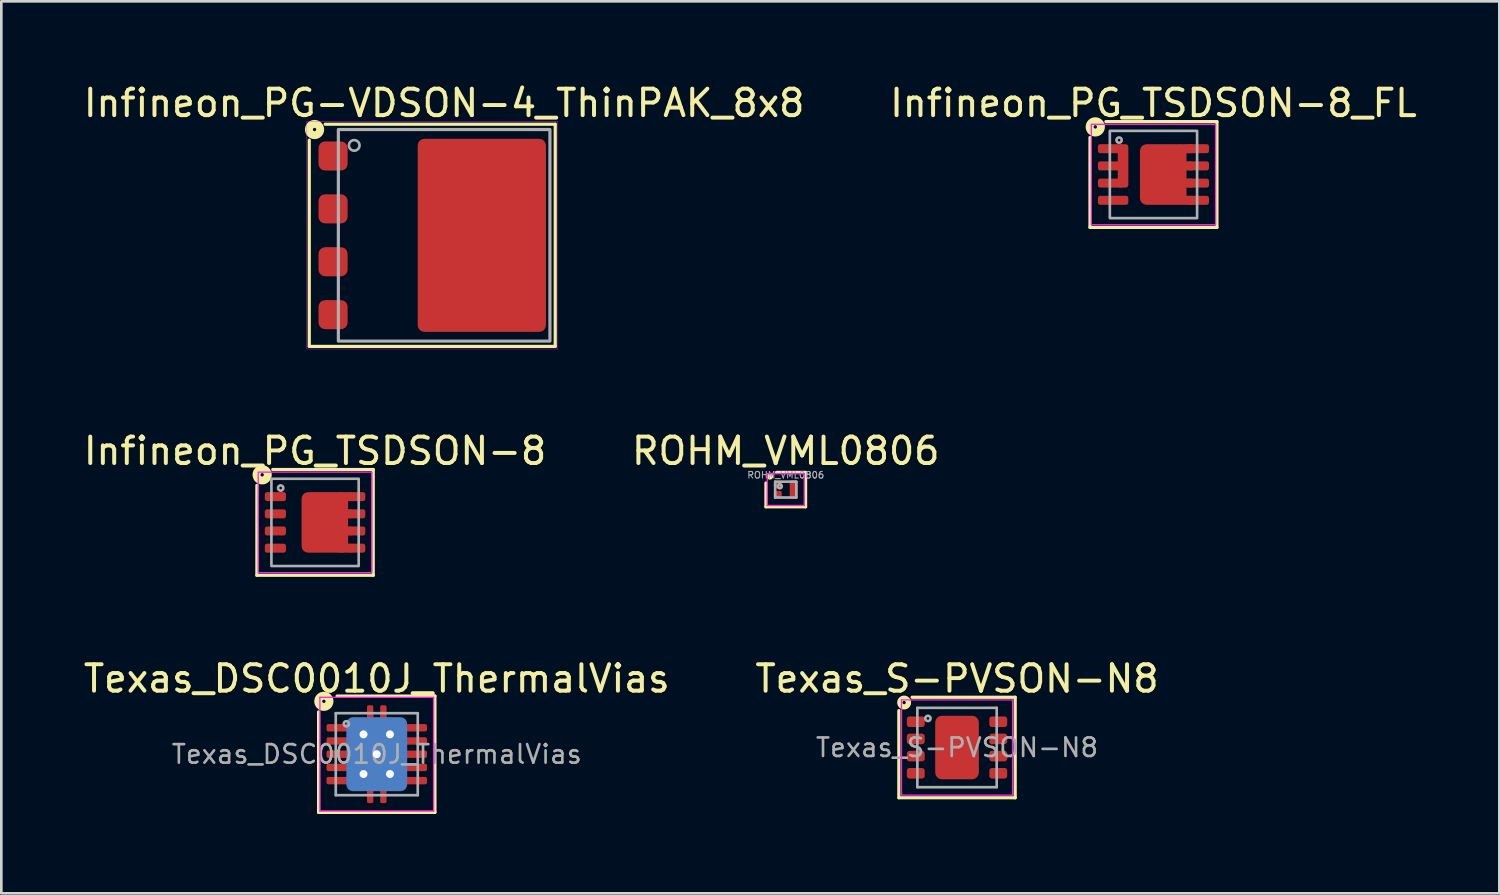
<source format=kicad_pcb>
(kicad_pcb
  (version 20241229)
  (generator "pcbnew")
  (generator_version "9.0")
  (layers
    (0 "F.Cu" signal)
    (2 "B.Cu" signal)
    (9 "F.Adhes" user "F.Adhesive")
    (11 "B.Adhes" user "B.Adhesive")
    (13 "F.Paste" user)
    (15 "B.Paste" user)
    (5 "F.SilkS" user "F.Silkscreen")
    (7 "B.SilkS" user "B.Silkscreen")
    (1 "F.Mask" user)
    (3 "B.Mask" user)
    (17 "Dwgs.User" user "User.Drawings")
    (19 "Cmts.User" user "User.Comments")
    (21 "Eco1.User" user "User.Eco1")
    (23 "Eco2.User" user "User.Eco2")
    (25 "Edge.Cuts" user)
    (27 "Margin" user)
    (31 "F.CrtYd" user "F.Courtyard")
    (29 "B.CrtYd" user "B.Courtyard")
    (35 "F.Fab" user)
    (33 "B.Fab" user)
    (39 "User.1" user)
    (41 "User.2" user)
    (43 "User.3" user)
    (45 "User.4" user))
  (footprint "Infineon_PG_TSDSON-8_FL"
    (layer "F.Cu")
    (at 40.565 3.548)
    (property "Reference" "Infineon_PG_TSDSON-8_FL" (at 0 -2.7 0) (unlocked yes) (layer "F.SilkS") (effects (font (size 1 1) (thickness 0.15))))
    (fp_line (start -2.4 -1.4) (end -2.4 2) (stroke (width 0.12) (type solid)) (layer "F.SilkS"))
    (fp_line (start -2.4 2) (end 2.4 2) (stroke (width 0.12) (type solid)) (layer "F.SilkS"))
    (fp_line (start 2.4 -2) (end -1.8 -2) (stroke (width 0.12) (type solid)) (layer "F.SilkS"))
    (fp_line (start 2.4 2) (end 2.4 -2) (stroke (width 0.12) (type solid)) (layer "F.SilkS"))
    (fp_circle (center -2.2 -1.8) (end -2.2 -1.736) (stroke (width 0.3) (type solid)) (fill no) (layer "F.SilkS"))
    (fp_rect (start -2.35 -1.9) (end 2.35 1.9) (stroke (width 0.05) (type solid)) (fill no) (layer "F.CrtYd"))
    (fp_rect (start -1.65 -1.65) (end 1.65 1.65) (stroke (width 0.1) (type solid)) (fill no) (layer "F.Fab"))
    (fp_circle (center -1.3 -1.3) (end -1.2 -1.3) (stroke (width 0.1) (type solid)) (fill no) (layer "F.Fab"))
    (pad "" smd roundrect (at -0.05 -0.525) (size 0.6 0.8) (layers "F.Paste") (roundrect_rratio 0.25))
    (pad "" smd roundrect (at -0.05 0.475) (size 0.6 0.8) (layers "F.Paste") (roundrect_rratio 0.25))
    (pad "" smd roundrect (at 0.75 -0.525) (size 0.6 0.8) (layers "F.Paste") (roundrect_rratio 0.25))
    (pad "" smd roundrect (at 0.75 0.475) (size 0.6 0.8) (layers "F.Paste") (roundrect_rratio 0.25))
    (pad "1" smd roundrect (at -1.825 -0.975) (size 0.55 0.34) (layers "F.Cu" "F.Mask" "F.Paste") (roundrect_rratio 0.25))
    (pad "1" smd roundrect (at -1.825 -0.325) (size 0.55 0.34) (layers "F.Cu" "F.Mask" "F.Paste") (roundrect_rratio 0.25))
    (pad "1" smd roundrect (at -1.825 0.325) (size 0.55 0.34) (layers "F.Cu" "F.Mask" "F.Paste") (roundrect_rratio 0.25))
    (pad "1" smd roundrect (at -1.425 -0.975) (size 0.55 0.34) (layers "F.Cu" "F.Mask") (roundrect_rratio 0.25))
    (pad "1" smd roundrect (at -1.425 -0.325) (size 0.55 0.34) (layers "F.Cu" "F.Mask") (roundrect_rratio 0.25))
    (pad "1" smd roundrect (at -1.425 0.325) (size 0.55 0.34) (layers "F.Cu" "F.Mask") (roundrect_rratio 0.25))
    (pad "1" smd roundrect (at -1.15 -0.325) (size 0.4 1.64) (layers "F.Cu" "F.Mask" "F.Paste") (roundrect_rratio 0.25))
    (pad "2" smd roundrect (at -1.525 0.975) (size 1.15 0.34) (layers "F.Cu" "F.Mask" "F.Paste") (roundrect_rratio 0.25))
    (pad "3" smd roundrect (at 0.37 0) (size 1.76 2.29) (layers "F.Cu" "F.Mask") (roundrect_rratio 0.142))
    (pad "3" smd roundrect (at 1.225 -0.975) (size 0.55 0.34) (layers "F.Cu" "F.Mask") (roundrect_rratio 0.25))
    (pad "3" smd roundrect (at 1.25 -0.325) (size 0.55 0.34) (layers "F.Cu" "F.Mask") (roundrect_rratio 0.25))
    (pad "3" smd roundrect (at 1.25 0.325) (size 0.55 0.34) (layers "F.Cu" "F.Mask") (roundrect_rratio 0.25))
    (pad "3" smd roundrect (at 1.25 0.975) (size 0.55 0.34) (layers "F.Cu" "F.Mask") (roundrect_rratio 0.25))
    (pad "3" smd roundrect (at 1.675 -0.975) (size 0.85 0.34) (layers "F.Cu" "F.Mask" "F.Paste") (roundrect_rratio 0.25))
    (pad "3" smd roundrect (at 1.675 -0.325) (size 0.85 0.34) (layers "F.Cu" "F.Mask" "F.Paste") (roundrect_rratio 0.25))
    (pad "3" smd roundrect (at 1.675 0.325) (size 0.85 0.34) (layers "F.Cu" "F.Mask" "F.Paste") (roundrect_rratio 0.25))
    (pad "3" smd roundrect (at 1.675 0.975) (size 0.85 0.34) (layers "F.Cu" "F.Mask" "F.Paste") (roundrect_rratio 0.25)))
  (footprint "Texas_DSC0010J_ThermalVias"
    (layer "F.Cu")
    (at 11.196 25.468)
    (property "Reference" "Texas_DSC0010J_ThermalVias" (at 0 -2.857 0) (layer "F.SilkS") (effects (font (size 1 1) (thickness 0.15))))
    (attr smd)
    (fp_line (start -2.2 2.2) (end -2.2 -1.6) (stroke (width 0.12) (type solid)) (layer "F.SilkS"))
    (fp_line (start -1.5 -2.2) (end 2.2 -2.2) (stroke (width 0.12) (type solid)) (layer "F.SilkS"))
    (fp_line (start 2.2 -2.2) (end 2.2 2.2) (stroke (width 0.12) (type solid)) (layer "F.SilkS"))
    (fp_line (start 2.2 2.2) (end -2.2 2.2) (stroke (width 0.12) (type solid)) (layer "F.SilkS"))
    (fp_circle (center -2 -2) (end -1.937 -2) (stroke (width 0.3) (type solid)) (fill no) (layer "F.SilkS"))
    (fp_line (start -2.15 -2.15) (end -2.15 2.15) (stroke (width 0.05) (type solid)) (layer "F.CrtYd"))
    (fp_line (start -2.15 -2.15) (end 2.15 -2.15) (stroke (width 0.05) (type solid)) (layer "F.CrtYd"))
    (fp_line (start -2.15 2.15) (end 2.15 2.15) (stroke (width 0.05) (type solid)) (layer "F.CrtYd"))
    (fp_line (start 2.15 -2.15) (end 2.15 2.15) (stroke (width 0.05) (type solid)) (layer "F.CrtYd"))
    (fp_line (start -1.55 -1.55) (end 1.55 -1.55) (stroke (width 0.1) (type solid)) (layer "F.Fab"))
    (fp_line (start -1.55 1.55) (end -1.55 -1.55) (stroke (width 0.1) (type solid)) (layer "F.Fab"))
    (fp_line (start 1.55 -1.55) (end 1.55 1.55) (stroke (width 0.1) (type solid)) (layer "F.Fab"))
    (fp_line (start 1.55 1.55) (end -1.55 1.55) (stroke (width 0.1) (type solid)) (layer "F.Fab"))
    (fp_circle (center -1.15 -1.15) (end -1.05 -1.15) (stroke (width 0.1) (type solid)) (fill no) (layer "F.Fab"))
    (fp_text user "${REFERENCE}" (at 0 0 0) (layer "F.Fab") (effects (font (size 0.7 0.7) (thickness 0.1))))
    (pad "" smd roundrect (at 0 -0.6) (size 1.5 1) (layers "F.Paste") (roundrect_rratio 0.1))
    (pad "" smd roundrect (at 0 0.6) (size 1.5 1) (layers "F.Paste") (roundrect_rratio 0.1))
    (pad "1" smd roundrect (at -1.475 -1) (size 0.85 0.28) (layers "F.Cu" "F.Mask" "F.Paste") (roundrect_rratio 0.25))
    (pad "2" smd roundrect (at -1.475 -0.5) (size 0.85 0.28) (layers "F.Cu" "F.Mask" "F.Paste") (roundrect_rratio 0.25))
    (pad "3" smd roundrect (at -1.475 0) (size 0.85 0.28) (layers "F.Cu" "F.Mask" "F.Paste") (roundrect_rratio 0.25))
    (pad "4" smd roundrect (at -1.475 0.5) (size 0.85 0.28) (layers "F.Cu" "F.Mask" "F.Paste") (roundrect_rratio 0.25))
    (pad "5" smd roundrect (at -1.475 1) (size 0.85 0.28) (layers "F.Cu" "F.Mask" "F.Paste") (roundrect_rratio 0.25))
    (pad "6" smd roundrect (at 1.475 1) (size 0.85 0.28) (layers "F.Cu" "F.Mask" "F.Paste") (roundrect_rratio 0.25))
    (pad "7" smd roundrect (at 1.475 0.5) (size 0.85 0.28) (layers "F.Cu" "F.Mask" "F.Paste") (roundrect_rratio 0.25))
    (pad "8" smd roundrect (at 1.475 0) (size 0.85 0.28) (layers "F.Cu" "F.Mask" "F.Paste") (roundrect_rratio 0.25))
    (pad "9" smd roundrect (at 1.475 -0.5) (size 0.85 0.28) (layers "F.Cu" "F.Mask" "F.Paste") (roundrect_rratio 0.25))
    (pad "10" smd roundrect (at 1.475 -1) (size 0.85 0.28) (layers "F.Cu" "F.Mask" "F.Paste") (roundrect_rratio 0.25))
    (pad "11" thru_hole circle (at -0.5 -0.75) (size 0.6 0.6) (drill 0.3) (property pad_prop_heatsink) (layers "*.Cu" "*.Mask"))
    (pad "11" thru_hole circle (at -0.5 0.75) (size 0.6 0.6) (drill 0.3) (property pad_prop_heatsink) (layers "*.Cu" "*.Mask"))
    (pad "11" smd roundrect (at -0.25 -1.55 90) (size 0.6 0.24) (layers "F.Cu" "F.Mask" "F.Paste") (roundrect_rratio 0.25))
    (pad "11" smd rect (at -0.25 -1.24 90) (size 0.5 0.24) (layers "F.Cu" "F.Mask"))
    (pad "11" smd rect (at -0.25 1.18 90) (size 0.5 0.24) (layers "F.Cu" "F.Mask"))
    (pad "11" smd roundrect (at -0.25 1.55 90) (size 0.6 0.24) (layers "F.Cu" "F.Mask" "F.Paste") (roundrect_rratio 0.25))
    (pad "11" thru_hole circle (at 0 0) (size 0.6 0.6) (drill 0.3) (property pad_prop_heatsink) (layers "*.Cu" "*.Mask"))
    (pad "11" smd roundrect (at 0 0) (size 1.65 2.4) (layers "F.Cu" "F.Mask") (roundrect_rratio 0.152))
    (pad "11" smd roundrect (at 0 0) (size 2.3 2.8) (layers "B.Cu" "B.Mask") (roundrect_rratio 0.109))
    (pad "11" smd roundrect (at 0.25 -1.55 90) (size 0.6 0.24) (layers "F.Cu" "F.Mask" "F.Paste") (roundrect_rratio 0.25))
    (pad "11" smd rect (at 0.25 -1.22 90) (size 0.5 0.24) (layers "F.Cu" "F.Mask"))
    (pad "11" smd rect (at 0.25 1.16 90) (size 0.5 0.24) (layers "F.Cu" "F.Mask"))
    (pad "11" smd roundrect (at 0.25 1.55 90) (size 0.6 0.24) (layers "F.Cu" "F.Mask" "F.Paste") (roundrect_rratio 0.25))
    (pad "11" thru_hole circle (at 0.5 -0.75) (size 0.6 0.6) (drill 0.3) (property pad_prop_heatsink) (layers "*.Cu" "*.Mask"))
    (pad "11" thru_hole circle (at 0.5 0.75) (size 0.6 0.6) (drill 0.3) (property pad_prop_heatsink) (layers "*.Cu" "*.Mask")))
  (footprint "Infineon_PG-VDSON-4_ThinPAK_8x8"
    (layer "F.Cu")
    (at 13.744 5.848)
    (property "Reference" "Infineon_PG-VDSON-4_ThinPAK_8x8" (at 0 -5 0) (unlocked yes) (layer "F.SilkS") (effects (font (size 1 1) (thickness 0.15))))
    (fp_line (start -5.1 -3.6) (end -5.1 4.2) (stroke (width 0.12) (type solid)) (layer "F.SilkS"))
    (fp_line (start -5.1 4.2) (end 4.2 4.2) (stroke (width 0.12) (type solid)) (layer "F.SilkS"))
    (fp_line (start 4.2 -4.2) (end -4.5 -4.2) (stroke (width 0.12) (type solid)) (layer "F.SilkS"))
    (fp_line (start 4.2 4.2) (end 4.2 -4.2) (stroke (width 0.12) (type solid)) (layer "F.SilkS"))
    (fp_circle (center -4.9 -4) (end -4.837 -4) (stroke (width 0.3) (type solid)) (fill no) (layer "F.SilkS"))
    (fp_rect (start -5.2 -4.3) (end 4.3 4.3) (stroke (width 0.013) (type solid)) (fill no) (layer "F.CrtYd"))
    (fp_rect (start -4 -4) (end 4 4) (stroke (width 0.12) (type solid)) (fill no) (layer "F.Fab"))
    (fp_circle (center -3.4 -3.4) (end -3.2 -3.4) (stroke (width 0.1) (type solid)) (fill no) (layer "F.Fab"))
    (pad "" smd roundrect (at -0.2 -2.7) (size 1.2 1.4) (layers "F.Paste") (roundrect_rratio 0.25))
    (pad "" smd roundrect (at -0.2 -0.9) (size 1.2 1.4) (layers "F.Paste") (roundrect_rratio 0.25))
    (pad "" smd roundrect (at -0.2 0.9) (size 1.2 1.4) (layers "F.Paste") (roundrect_rratio 0.25))
    (pad "" smd roundrect (at -0.2 2.7) (size 1.2 1.4) (layers "F.Paste") (roundrect_rratio 0.25))
    (pad "" smd roundrect (at 1.4 -2.7) (size 1.2 1.4) (layers "F.Paste") (roundrect_rratio 0.25))
    (pad "" smd roundrect (at 1.4 -0.9) (size 1.2 1.4) (layers "F.Paste") (roundrect_rratio 0.25))
    (pad "" smd roundrect (at 1.4 0.9) (size 1.2 1.4) (layers "F.Paste") (roundrect_rratio 0.25))
    (pad "" smd roundrect (at 1.4 2.7) (size 1.2 1.4) (layers "F.Paste") (roundrect_rratio 0.25))
    (pad "" smd roundrect (at 3 -2.7) (size 1.2 1.4) (layers "F.Paste") (roundrect_rratio 0.25))
    (pad "" smd roundrect (at 3 -0.9) (size 1.2 1.4) (layers "F.Paste") (roundrect_rratio 0.25))
    (pad "" smd roundrect (at 3 0.9) (size 1.2 1.4) (layers "F.Paste") (roundrect_rratio 0.25))
    (pad "" smd roundrect (at 3 2.7) (size 1.2 1.4) (layers "F.Paste") (roundrect_rratio 0.25))
    (pad "1" smd roundrect (at -4.2 -3) (size 1.1 1.1) (layers "F.Cu" "F.Mask" "F.Paste") (roundrect_rratio 0.227))
    (pad "2" smd roundrect (at -4.2 -1) (size 1.1 1.1) (layers "F.Cu" "F.Mask" "F.Paste") (roundrect_rratio 0.227))
    (pad "3" smd roundrect (at -4.2 1) (size 1.1 1.1) (layers "F.Cu" "F.Mask" "F.Paste") (roundrect_rratio 0.227))
    (pad "4" smd roundrect (at -4.2 3) (size 1.1 1.1) (layers "F.Cu" "F.Mask" "F.Paste") (roundrect_rratio 0.227))
    (pad "5" smd roundrect (at 1.425 0) (size 4.85 7.3) (layers "F.Cu" "F.Mask") (roundrect_rratio 0.052)))
  (footprint "Infineon_PG_TSDSON-8"
    (layer "F.Cu")
    (at 8.863 16.703)
    (property "Reference" "Infineon_PG_TSDSON-8" (at 0 -2.7 0) (unlocked yes) (layer "F.SilkS") (effects (font (size 1 1) (thickness 0.15))))
    (fp_line (start -2.2 -1.4) (end -2.2 2) (stroke (width 0.12) (type solid)) (layer "F.SilkS"))
    (fp_line (start -2.2 2) (end 2.2 2) (stroke (width 0.12) (type solid)) (layer "F.SilkS"))
    (fp_line (start 2.2 -2) (end -1.6 -2) (stroke (width 0.12) (type solid)) (layer "F.SilkS"))
    (fp_line (start 2.2 2) (end 2.2 -2) (stroke (width 0.12) (type solid)) (layer "F.SilkS"))
    (fp_circle (center -2 -1.8) (end -2 -1.736) (stroke (width 0.3) (type solid)) (fill no) (layer "F.SilkS"))
    (fp_rect (start -2.15 -1.9) (end 2.15 1.9) (stroke (width 0.05) (type solid)) (fill no) (layer "F.CrtYd"))
    (fp_rect (start -1.65 -1.65) (end 1.65 1.65) (stroke (width 0.1) (type solid)) (fill no) (layer "F.Fab"))
    (fp_circle (center -1.3 -1.3) (end -1.2 -1.3) (stroke (width 0.1) (type solid)) (fill no) (layer "F.Fab"))
    (pad "" smd roundrect (at -0.075 -0.5) (size 0.6 0.8) (layers "F.Paste") (roundrect_rratio 0.25))
    (pad "" smd roundrect (at -0.075 0.5) (size 0.6 0.8) (layers "F.Paste") (roundrect_rratio 0.25))
    (pad "" smd roundrect (at 0.725 -0.5) (size 0.6 0.8) (layers "F.Paste") (roundrect_rratio 0.25))
    (pad "" smd roundrect (at 0.725 0.5) (size 0.6 0.8) (layers "F.Paste") (roundrect_rratio 0.25))
    (pad "1" smd roundrect (at -1.5 -0.975) (size 0.8 0.34) (layers "F.Cu" "F.Mask" "F.Paste") (roundrect_rratio 0.25))
    (pad "2" smd roundrect (at -1.5 -0.325) (size 0.8 0.34) (layers "F.Cu" "F.Mask" "F.Paste") (roundrect_rratio 0.25))
    (pad "3" smd roundrect (at -1.5 0.325) (size 0.8 0.34) (layers "F.Cu" "F.Mask" "F.Paste") (roundrect_rratio 0.25))
    (pad "4" smd roundrect (at -1.5 0.975) (size 0.8 0.34) (layers "F.Cu" "F.Mask" "F.Paste") (roundrect_rratio 0.25))
    (pad "5" smd roundrect (at 0.37 0) (size 1.76 2.29) (layers "F.Cu" "F.Mask") (roundrect_rratio 0.142))
    (pad "5" smd roundrect (at 1.125 -0.975) (size 0.55 0.34) (layers "F.Cu" "F.Mask") (roundrect_rratio 0.25))
    (pad "5" smd roundrect (at 1.15 -0.325) (size 0.55 0.34) (layers "F.Cu" "F.Mask") (roundrect_rratio 0.25))
    (pad "5" smd roundrect (at 1.15 0.325) (size 0.55 0.34) (layers "F.Cu" "F.Mask") (roundrect_rratio 0.25))
    (pad "5" smd roundrect (at 1.15 0.975) (size 0.55 0.34) (layers "F.Cu" "F.Mask") (roundrect_rratio 0.25))
    (pad "5" smd roundrect (at 1.575 -0.975) (size 0.65 0.34) (layers "F.Cu" "F.Mask" "F.Paste") (roundrect_rratio 0.25))
    (pad "5" smd roundrect (at 1.575 -0.325) (size 0.65 0.34) (layers "F.Cu" "F.Mask" "F.Paste") (roundrect_rratio 0.25))
    (pad "5" smd roundrect (at 1.575 0.325) (size 0.65 0.34) (layers "F.Cu" "F.Mask" "F.Paste") (roundrect_rratio 0.25))
    (pad "5" smd roundrect (at 1.575 0.975) (size 0.65 0.34) (layers "F.Cu" "F.Mask" "F.Paste") (roundrect_rratio 0.25)))
  (footprint "Texas_S-PVSON-N8"
    (layer "F.Cu")
    (at 33.137 25.215)
    (property "Reference" "Texas_S-PVSON-N8" (at 0 -2.603 0) (layer "F.SilkS") (effects (font (size 1 1) (thickness 0.15))))
    (attr smd)
    (fp_line (start -2.2 1.9) (end -2.2 -1.397) (stroke (width 0.12) (type solid)) (layer "F.SilkS"))
    (fp_line (start -1.7 -1.9) (end 2.2 -1.9) (stroke (width 0.12) (type solid)) (layer "F.SilkS"))
    (fp_line (start 2.2 -1.9) (end 2.2 1.9) (stroke (width 0.12) (type solid)) (layer "F.SilkS"))
    (fp_line (start 2.2 1.9) (end -2.2 1.9) (stroke (width 0.12) (type solid)) (layer "F.SilkS"))
    (fp_circle (center -2 -1.7) (end -1.937 -1.7) (stroke (width 0.2) (type solid)) (fill no) (layer "F.SilkS"))
    (fp_line (start -2.1 -1.8) (end -2.1 1.8) (stroke (width 0.05) (type solid)) (layer "F.CrtYd"))
    (fp_line (start -2.1 -1.8) (end 2.1 -1.8) (stroke (width 0.05) (type solid)) (layer "F.CrtYd"))
    (fp_line (start -2.1 1.8) (end 2.1 1.8) (stroke (width 0.05) (type solid)) (layer "F.CrtYd"))
    (fp_line (start 2.1 -1.8) (end 2.1 1.8) (stroke (width 0.05) (type solid)) (layer "F.CrtYd"))
    (fp_line (start -1.5 -1.5) (end 1.5 -1.5) (stroke (width 0.1) (type solid)) (layer "F.Fab"))
    (fp_line (start -1.5 1.5) (end -1.5 -1.5) (stroke (width 0.1) (type solid)) (layer "F.Fab"))
    (fp_line (start 1.5 -1.5) (end 1.5 1.5) (stroke (width 0.1) (type solid)) (layer "F.Fab"))
    (fp_line (start 1.5 1.5) (end -1.5 1.5) (stroke (width 0.1) (type solid)) (layer "F.Fab"))
    (fp_circle (center -1.1 -1.1) (end -1 -1.1) (stroke (width 0.1) (type solid)) (fill no) (layer "F.Fab"))
    (fp_text user "${REFERENCE}" (at 0 0 0) (layer "F.Fab") (effects (font (size 0.7 0.7) (thickness 0.1))))
    (pad "1" smd roundrect (at -1.56 -0.975) (size 0.675 0.4) (layers "F.Cu" "F.Mask" "F.Paste") (roundrect_rratio 0.25))
    (pad "2" smd roundrect (at -1.56 -0.325) (size 0.675 0.4) (layers "F.Cu" "F.Mask" "F.Paste") (roundrect_rratio 0.25))
    (pad "3" smd roundrect (at -1.56 0.325) (size 0.675 0.4) (layers "F.Cu" "F.Mask" "F.Paste") (roundrect_rratio 0.25))
    (pad "4" smd roundrect (at -1.56 0.975) (size 0.675 0.4) (layers "F.Cu" "F.Mask" "F.Paste") (roundrect_rratio 0.25))
    (pad "5" smd roundrect (at 1.56 0.975) (size 0.675 0.4) (layers "F.Cu" "F.Mask" "F.Paste") (roundrect_rratio 0.25))
    (pad "6" smd roundrect (at 1.56 0.325) (size 0.675 0.4) (layers "F.Cu" "F.Mask" "F.Paste") (roundrect_rratio 0.25))
    (pad "7" smd roundrect (at 1.56 -0.325) (size 0.675 0.4) (layers "F.Cu" "F.Mask" "F.Paste") (roundrect_rratio 0.25))
    (pad "8" smd roundrect (at 1.56 -0.975) (size 0.675 0.4) (layers "F.Cu" "F.Mask" "F.Paste") (roundrect_rratio 0.25))
    (pad "9" smd roundrect (at -0.45 -0.625) (size 0.65 1) (layers "F.Cu" "F.Mask" "F.Paste") (roundrect_rratio 0.25))
    (pad "9" smd roundrect (at -0.45 0.625) (size 0.65 1) (layers "F.Cu" "F.Mask" "F.Paste") (roundrect_rratio 0.25))
    (pad "9" smd roundrect (at 0 0) (size 1.65 2.4) (layers "F.Cu" "F.Mask") (roundrect_rratio 0.152))
    (pad "9" smd roundrect (at 0.45 -0.625) (size 0.65 1) (layers "F.Cu" "F.Mask" "F.Paste") (roundrect_rratio 0.25))
    (pad "9" smd roundrect (at 0.45 0.625) (size 0.65 1) (layers "F.Cu" "F.Mask" "F.Paste") (roundrect_rratio 0.25)))
  (footprint "ROHM_VML0806"
    (layer "F.Cu")
    (at 26.661 15.463)
    (property "Reference" "ROHM_VML0806" (at 0 -1.46 0) (layer "F.SilkS") (effects (font (size 1 1) (thickness 0.15))))
    (attr smd)
    (fp_line (start -0.75 0.65) (end -0.75 -0.25) (stroke (width 0.12) (type solid)) (layer "F.SilkS"))
    (fp_line (start -0.35 -0.65) (end 0.75 -0.65) (stroke (width 0.12) (type solid)) (layer "F.SilkS"))
    (fp_line (start 0.75 -0.65) (end 0.75 0.65) (stroke (width 0.12) (type solid)) (layer "F.SilkS"))
    (fp_line (start 0.75 0.65) (end -0.75 0.65) (stroke (width 0.12) (type solid)) (layer "F.SilkS"))
    (fp_circle (center -0.6 -0.5) (end -0.536 -0.5) (stroke (width 0.12) (type solid)) (fill yes) (layer "F.SilkS"))
    (fp_line (start -0.7 -0.6) (end 0.7 -0.6) (stroke (width 0.05) (type solid)) (layer "F.CrtYd"))
    (fp_line (start -0.7 0.6) (end -0.7 -0.6) (stroke (width 0.05) (type solid)) (layer "F.CrtYd"))
    (fp_line (start 0.7 -0.6) (end 0.7 0.6) (stroke (width 0.05) (type solid)) (layer "F.CrtYd"))
    (fp_line (start 0.7 0.6) (end -0.7 0.6) (stroke (width 0.05) (type solid)) (layer "F.CrtYd"))
    (fp_line (start -0.4 -0.3) (end 0.4 -0.3) (stroke (width 0.1) (type solid)) (layer "F.Fab"))
    (fp_line (start -0.4 0.3) (end -0.4 -0.3) (stroke (width 0.1) (type solid)) (layer "F.Fab"))
    (fp_line (start 0.4 -0.3) (end 0.4 0.3) (stroke (width 0.1) (type solid)) (layer "F.Fab"))
    (fp_line (start 0.4 0.3) (end -0.4 0.3) (stroke (width 0.1) (type solid)) (layer "F.Fab"))
    (fp_circle (center -0.225 -0.125) (end -0.2 -0.125) (stroke (width 0.1) (type solid)) (fill no) (layer "F.Fab"))
    (fp_text user "${REFERENCE}" (at 0 -0.55 0) (layer "F.Fab") (effects (font (size 0.25 0.25) (thickness 0.04))))
    (pad "1" smd roundrect (at -0.3 -0.175) (size 0.3 0.25) (layers "F.Cu" "F.Mask" "F.Paste") (roundrect_rratio 0.25))
    (pad "2" smd roundrect (at -0.3 0.175) (size 0.3 0.25) (layers "F.Cu" "F.Mask" "F.Paste") (roundrect_rratio 0.25))
    (pad "3" smd roundrect (at 0.3 0) (size 0.3 0.7) (layers "F.Cu" "F.Mask" "F.Paste") (roundrect_rratio 0.25)))
  (gr_rect
    (start -3 -3)
    (end 53.643 30.729)
    (stroke (width 0.1) (type default))
    (fill no)
    (layer "Edge.Cuts")))
</source>
